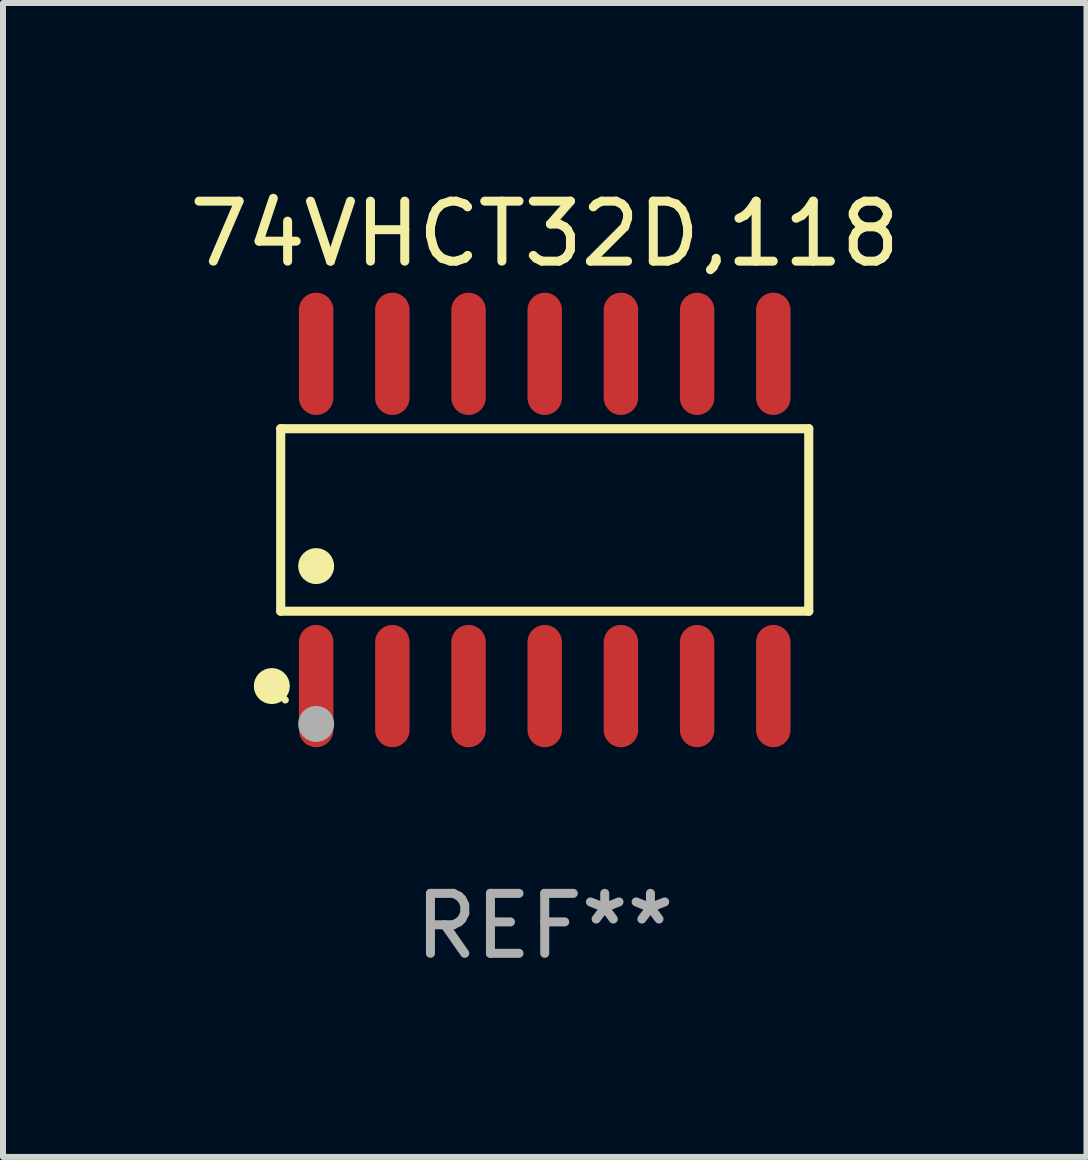
<source format=kicad_pcb>
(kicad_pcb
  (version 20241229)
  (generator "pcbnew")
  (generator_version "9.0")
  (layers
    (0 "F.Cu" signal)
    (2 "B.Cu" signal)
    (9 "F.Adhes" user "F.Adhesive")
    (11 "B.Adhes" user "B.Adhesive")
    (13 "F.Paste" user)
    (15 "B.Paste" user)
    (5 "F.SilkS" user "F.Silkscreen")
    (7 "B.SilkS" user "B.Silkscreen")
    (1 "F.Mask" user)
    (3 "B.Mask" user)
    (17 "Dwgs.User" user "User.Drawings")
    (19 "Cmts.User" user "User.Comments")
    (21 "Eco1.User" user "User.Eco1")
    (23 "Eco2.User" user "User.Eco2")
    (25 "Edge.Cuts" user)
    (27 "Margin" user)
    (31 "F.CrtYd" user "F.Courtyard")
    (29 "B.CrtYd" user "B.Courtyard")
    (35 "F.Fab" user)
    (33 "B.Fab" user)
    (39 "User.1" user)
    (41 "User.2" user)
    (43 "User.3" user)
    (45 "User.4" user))
  (footprint "74VHCT32D,118"
    (layer "F.Cu")
    (at 6.03 5.617)
    (property "Reference" "74VHCT32D,118" (at 0 -4.769 0) (layer "F.SilkS") (effects (font (size 1 1) (thickness 0.15))))
    (attr through_hole)
    (fp_line (start -4.401 -1.521) (end 4.401 -1.521) (stroke (width 0.152) (type solid)) (layer "F.SilkS"))
    (fp_line (start -4.401 1.521) (end -4.401 -1.521) (stroke (width 0.152) (type solid)) (layer "F.SilkS"))
    (fp_line (start 4.401 -1.521) (end 4.401 1.521) (stroke (width 0.152) (type solid)) (layer "F.SilkS"))
    (fp_line (start 4.401 1.521) (end -4.401 1.521) (stroke (width 0.152) (type solid)) (layer "F.SilkS"))
    (fp_circle (center -4.549 2.769) (end -4.399 2.769) (stroke (width 0.3) (type solid)) (fill no) (layer "F.SilkS"))
    (fp_circle (center -4.325 3) (end -4.295 3) (stroke (width 0.06) (type solid)) (fill no) (layer "F.SilkS"))
    (fp_circle (center -3.81 0.769) (end -3.66 0.769) (stroke (width 0.3) (type solid)) (fill no) (layer "F.SilkS"))
    (fp_circle (center -3.81 3.4) (end -3.66 3.4) (stroke (width 0.3) (type solid)) (fill no) (layer "F.Fab"))
    (fp_text user "REF**" (at 0 6.769 0) (layer "F.Fab") (effects (font (size 1 1) (thickness 0.15))))
    (pad "1" smd oval (at -3.81 2.769) (size 0.574 2.038) (layers "F.Cu" "F.Mask" "F.Paste"))
    (pad "2" smd oval (at -2.54 2.769) (size 0.574 2.038) (layers "F.Cu" "F.Mask" "F.Paste"))
    (pad "3" smd oval (at -1.27 2.769) (size 0.574 2.038) (layers "F.Cu" "F.Mask" "F.Paste"))
    (pad "4" smd oval (at 0 2.769) (size 0.574 2.038) (layers "F.Cu" "F.Mask" "F.Paste"))
    (pad "5" smd oval (at 1.27 2.769) (size 0.574 2.038) (layers "F.Cu" "F.Mask" "F.Paste"))
    (pad "6" smd oval (at 2.54 2.769) (size 0.574 2.038) (layers "F.Cu" "F.Mask" "F.Paste"))
    (pad "7" smd oval (at 3.81 2.769) (size 0.574 2.038) (layers "F.Cu" "F.Mask" "F.Paste"))
    (pad "8" smd oval (at 3.81 -2.769) (size 0.574 2.038) (layers "F.Cu" "F.Mask" "F.Paste"))
    (pad "9" smd oval (at 2.54 -2.769) (size 0.574 2.038) (layers "F.Cu" "F.Mask" "F.Paste"))
    (pad "10" smd oval (at 1.27 -2.769) (size 0.574 2.038) (layers "F.Cu" "F.Mask" "F.Paste"))
    (pad "11" smd oval (at 0 -2.769) (size 0.574 2.038) (layers "F.Cu" "F.Mask" "F.Paste"))
    (pad "12" smd oval (at -1.27 -2.769) (size 0.574 2.038) (layers "F.Cu" "F.Mask" "F.Paste"))
    (pad "13" smd oval (at -2.54 -2.769) (size 0.574 2.038) (layers "F.Cu" "F.Mask" "F.Paste"))
    (pad "14" smd oval (at -3.81 -2.769) (size 0.574 2.038) (layers "F.Cu" "F.Mask" "F.Paste")))
  (gr_rect
    (start -3 -3)
    (end 15.06 16.235)
    (stroke (width 0.1) (type default))
    (fill no)
    (layer "Edge.Cuts")))
</source>
